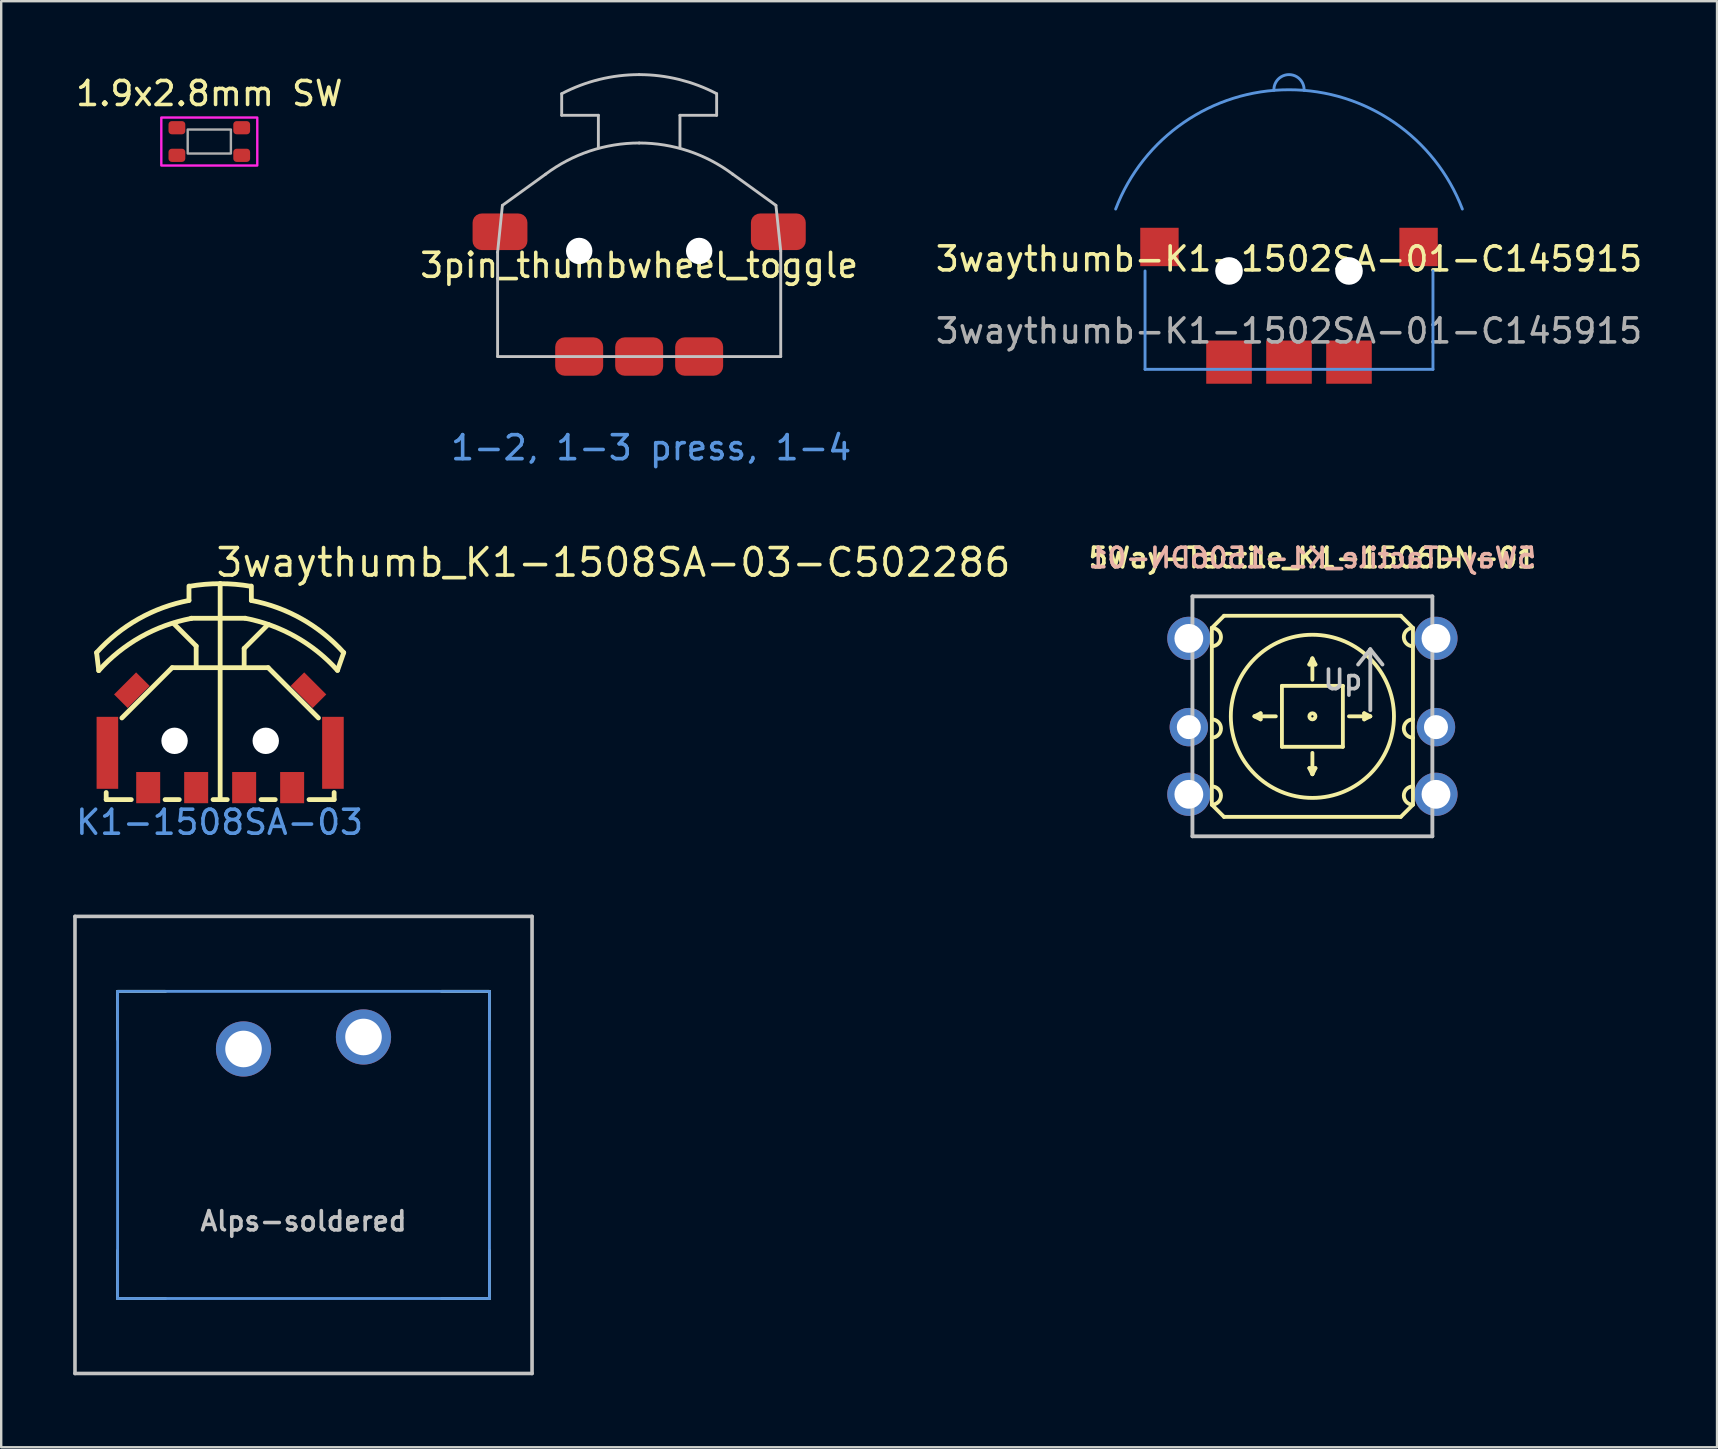
<source format=kicad_pcb>
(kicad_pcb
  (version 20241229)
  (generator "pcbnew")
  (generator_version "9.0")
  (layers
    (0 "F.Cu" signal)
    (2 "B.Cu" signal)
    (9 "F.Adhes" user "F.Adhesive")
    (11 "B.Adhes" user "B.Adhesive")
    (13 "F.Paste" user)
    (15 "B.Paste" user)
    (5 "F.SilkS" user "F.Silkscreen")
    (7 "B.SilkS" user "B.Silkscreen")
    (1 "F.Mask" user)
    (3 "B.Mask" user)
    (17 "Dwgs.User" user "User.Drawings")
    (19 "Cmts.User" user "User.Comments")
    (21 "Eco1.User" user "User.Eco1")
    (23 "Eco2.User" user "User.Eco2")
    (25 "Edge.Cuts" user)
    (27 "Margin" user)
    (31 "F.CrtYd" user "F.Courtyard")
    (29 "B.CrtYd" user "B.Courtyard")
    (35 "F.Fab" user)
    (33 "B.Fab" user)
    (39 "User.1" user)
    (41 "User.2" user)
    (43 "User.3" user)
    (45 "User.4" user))
  (footprint "5Way-Tactile_K1-1506DN-01"
    (layer "F.Cu")
    (at 51.648 26.805)
    (property "Reference" "5Way-Tactile_K1-1506DN-01" (at 0 -6.604 0) (layer "F.SilkS") (effects (font (size 0.813 0.813) (thickness 0.152))))
    (attr through_hole exclude_from_pos_files)
    (fp_line (start -4.191 -3.683) (end -3.683 -4.191) (stroke (width 0.16) (type solid)) (layer "F.SilkS"))
    (fp_line (start -4.191 3.683) (end -4.191 -3.683) (stroke (width 0.16) (type solid)) (layer "F.SilkS"))
    (fp_line (start -3.683 -4.191) (end 3.683 -4.191) (stroke (width 0.16) (type solid)) (layer "F.SilkS"))
    (fp_line (start -3.683 4.191) (end -4.191 3.683) (stroke (width 0.16) (type solid)) (layer "F.SilkS"))
    (fp_line (start -2.413 0) (end -2.159 -0.127) (stroke (width 0.16) (type solid)) (layer "F.SilkS"))
    (fp_line (start -2.159 -0.127) (end -2.159 0.127) (stroke (width 0.16) (type solid)) (layer "F.SilkS"))
    (fp_line (start -2.159 0.127) (end -2.413 0) (stroke (width 0.16) (type solid)) (layer "F.SilkS"))
    (fp_line (start -1.524 0) (end -2.413 0) (stroke (width 0.16) (type solid)) (layer "F.SilkS"))
    (fp_line (start -1.27 -1.27) (end -1.27 1.27) (stroke (width 0.16) (type solid)) (layer "F.SilkS"))
    (fp_line (start -1.27 1.27) (end 1.27 1.27) (stroke (width 0.16) (type solid)) (layer "F.SilkS"))
    (fp_line (start -0.127 -2.159) (end 0 -2.413) (stroke (width 0.16) (type solid)) (layer "F.SilkS"))
    (fp_line (start -0.127 2.159) (end 0.127 2.159) (stroke (width 0.16) (type solid)) (layer "F.SilkS"))
    (fp_line (start 0 -2.413) (end 0.127 -2.159) (stroke (width 0.16) (type solid)) (layer "F.SilkS"))
    (fp_line (start 0 -1.524) (end 0 -2.413) (stroke (width 0.16) (type solid)) (layer "F.SilkS"))
    (fp_line (start 0 1.524) (end 0 2.413) (stroke (width 0.16) (type solid)) (layer "F.SilkS"))
    (fp_line (start 0 2.413) (end -0.127 2.159) (stroke (width 0.16) (type solid)) (layer "F.SilkS"))
    (fp_line (start 0.127 -2.159) (end -0.127 -2.159) (stroke (width 0.16) (type solid)) (layer "F.SilkS"))
    (fp_line (start 0.127 2.159) (end 0 2.413) (stroke (width 0.16) (type solid)) (layer "F.SilkS"))
    (fp_line (start 1.27 -1.27) (end -1.27 -1.27) (stroke (width 0.16) (type solid)) (layer "F.SilkS"))
    (fp_line (start 1.27 1.27) (end 1.27 -1.27) (stroke (width 0.16) (type solid)) (layer "F.SilkS"))
    (fp_line (start 1.524 0) (end 2.413 0) (stroke (width 0.16) (type solid)) (layer "F.SilkS"))
    (fp_line (start 2.159 -0.127) (end 2.413 0) (stroke (width 0.16) (type solid)) (layer "F.SilkS"))
    (fp_line (start 2.159 0.127) (end 2.159 -0.127) (stroke (width 0.16) (type solid)) (layer "F.SilkS"))
    (fp_line (start 2.413 0) (end 2.159 0.127) (stroke (width 0.16) (type solid)) (layer "F.SilkS"))
    (fp_line (start 3.683 -4.191) (end 4.191 -3.683) (stroke (width 0.16) (type solid)) (layer "F.SilkS"))
    (fp_line (start 3.683 4.191) (end -3.683 4.191) (stroke (width 0.16) (type solid)) (layer "F.SilkS"))
    (fp_line (start 4.191 -3.683) (end 4.191 3.683) (stroke (width 0.16) (type solid)) (layer "F.SilkS"))
    (fp_line (start 4.191 3.683) (end 3.683 4.191) (stroke (width 0.16) (type solid)) (layer "F.SilkS"))
    (fp_arc (start -4.191 -3.683) (mid -3.81 -3.302) (end -4.191 -2.921) (stroke (width 0.16) (type solid)) (layer "F.SilkS"))
    (fp_arc (start -4.191 0.127) (mid -3.81 0.508) (end -4.191 0.889) (stroke (width 0.16) (type solid)) (layer "F.SilkS"))
    (fp_arc (start -4.191 2.921) (mid -3.81 3.302) (end -4.191 3.683) (stroke (width 0.16) (type solid)) (layer "F.SilkS"))
    (fp_arc (start 4.191 -2.921) (mid 3.81 -3.302) (end 4.191 -3.683) (stroke (width 0.16) (type solid)) (layer "F.SilkS"))
    (fp_arc (start 4.191 0.889) (mid 3.81 0.508) (end 4.191 0.127) (stroke (width 0.16) (type solid)) (layer "F.SilkS"))
    (fp_arc (start 4.191 3.683) (mid 3.81 3.302) (end 4.191 2.921) (stroke (width 0.16) (type solid)) (layer "F.SilkS"))
    (fp_circle (center 0 0) (end 0.127 0) (stroke (width 0.16) (type solid)) (fill no) (layer "F.SilkS"))
    (fp_circle (center 0 0) (end 3.4 0) (stroke (width 0.16) (type solid)) (fill no) (layer "F.SilkS"))
    (fp_line (start -5 -5) (end 5 -5) (stroke (width 0.16) (type solid)) (layer "Dwgs.User"))
    (fp_line (start -5 5) (end -5 -5) (stroke (width 0.16) (type solid)) (layer "Dwgs.User"))
    (fp_line (start 2.413 -2.794) (end 1.905 -2.159) (stroke (width 0.16) (type solid)) (layer "Dwgs.User"))
    (fp_line (start 2.413 -2.794) (end 2.921 -2.159) (stroke (width 0.16) (type solid)) (layer "Dwgs.User"))
    (fp_line (start 2.413 -0.254) (end 2.413 -2.794) (stroke (width 0.16) (type solid)) (layer "Dwgs.User"))
    (fp_line (start 5 -5) (end 5 5) (stroke (width 0.16) (type solid)) (layer "Dwgs.User"))
    (fp_line (start 5 5) (end -5 5) (stroke (width 0.16) (type solid)) (layer "Dwgs.User"))
    (fp_text user "${REFERENCE}" (at 0 -6.604 0) (layer "B.SilkS") (effects (font (size 0.813 0.813) (thickness 0.152)) (justify mirror)))
    (fp_text user "Up" (at 1.27 -1.524 0) (layer "Dwgs.User") (effects (font (size 0.813 0.813) (thickness 0.152))))
    (pad "1" thru_hole circle (at -5.15 -3.25) (size 1.8 1.8) (drill 1.2) (layers "*.Cu" "*.Mask"))
    (pad "2" thru_hole circle (at -5.15 0.45) (size 1.6 1.6) (drill 1) (layers "*.Cu" "*.Mask"))
    (pad "3" thru_hole circle (at -5.15 3.25) (size 1.8 1.8) (drill 1.2) (layers "*.Cu" "*.Mask"))
    (pad "4" thru_hole circle (at 5.15 3.25) (size 1.8 1.8) (drill 1.2) (layers "*.Cu" "*.Mask"))
    (pad "5" thru_hole circle (at 5.15 0.45) (size 1.6 1.6) (drill 1) (layers "*.Cu" "*.Mask"))
    (pad "6" thru_hole circle (at 5.15 -3.25) (size 1.8 1.8) (drill 1.2) (layers "*.Cu" "*.Mask")))
  (footprint "Alps-soldered"
    (layer "F.Cu")
    (at 9.6 44.669)
    (property "Reference" "Alps-soldered" (at 0 3.175 0) (layer "Dwgs.User") (effects (font (size 0.8 0.8) (thickness 0.15))))
    (attr through_hole)
    (fp_line (start -7.75 -6.4) (end -7.75 -4.4) (stroke (width 0.12) (type solid)) (layer "F.SilkS"))
    (fp_line (start -7.75 -6.4) (end -5.75 -6.4) (stroke (width 0.12) (type solid)) (layer "F.SilkS"))
    (fp_line (start -7.75 6.4) (end -7.75 4.4) (stroke (width 0.12) (type solid)) (layer "F.SilkS"))
    (fp_line (start -7.75 6.4) (end -5.75 6.4) (stroke (width 0.12) (type solid)) (layer "F.SilkS"))
    (fp_line (start 7.75 -6.4) (end 5.75 -6.4) (stroke (width 0.12) (type solid)) (layer "F.SilkS"))
    (fp_line (start 7.75 -6.4) (end 7.75 -4.4) (stroke (width 0.12) (type solid)) (layer "F.SilkS"))
    (fp_line (start 7.75 6.4) (end 5.75 6.4) (stroke (width 0.12) (type solid)) (layer "F.SilkS"))
    (fp_line (start 7.75 6.4) (end 7.75 4.4) (stroke (width 0.12) (type solid)) (layer "F.SilkS"))
    (fp_line (start -9.525 9.525) (end -9.525 -9.525) (stroke (width 0.15) (type solid)) (layer "Dwgs.User"))
    (fp_line (start 9.525 -9.525) (end -9.525 -9.525) (stroke (width 0.15) (type solid)) (layer "Dwgs.User"))
    (fp_line (start 9.525 9.525) (end -9.525 9.525) (stroke (width 0.15) (type solid)) (layer "Dwgs.User"))
    (fp_line (start 9.525 9.525) (end 9.525 -9.525) (stroke (width 0.15) (type solid)) (layer "Dwgs.User"))
    (fp_line (start -7.75 -6.4) (end -7.75 6.4) (stroke (width 0.12) (type solid)) (layer "Cmts.User"))
    (fp_line (start -7.75 -6.4) (end 7.75 -6.4) (stroke (width 0.12) (type solid)) (layer "Cmts.User"))
    (fp_line (start -7.75 6.4) (end 7.75 6.4) (stroke (width 0.12) (type solid)) (layer "Cmts.User"))
    (fp_line (start 7.75 6.4) (end 7.75 -6.4) (stroke (width 0.12) (type solid)) (layer "Cmts.User"))
    (pad "1" thru_hole circle (at -2.5 -4) (size 2.3 2.3) (drill 1.524) (layers "*.Cu" "B.Mask"))
    (pad "2" thru_hole circle (at 2.5 -4.5 86.054) (size 2.3 2.3) (drill 1.524) (layers "*.Cu" "B.Mask")))
  (footprint "3pin_thumbwheel_toggle"
    (layer "F.Cu")
    (at 23.589 8.01)
    (property "Reference" "3pin_thumbwheel_toggle" (at 0 0 0) (unlocked yes) (layer "F.SilkS") (effects (font (size 1 1) (thickness 0.15))))
    (attr smd)
    (fp_line (start -5.9 -0.55) (end -5.7 -2.5) (stroke (width 0.12) (type solid)) (layer "Dwgs.User"))
    (fp_line (start -5.9 3.8) (end -5.9 -0.55) (stroke (width 0.12) (type solid)) (layer "Dwgs.User"))
    (fp_line (start -5.9 3.8) (end 5.9 3.8) (stroke (width 0.12) (type solid)) (layer "Dwgs.User"))
    (fp_line (start -5.7 -2.5) (end -3.9 -3.8) (stroke (width 0.12) (type solid)) (layer "Dwgs.User"))
    (fp_line (start -3.229 -7.155) (end -3.229 -6.255) (stroke (width 0.12) (type solid)) (layer "Dwgs.User"))
    (fp_line (start -3.229 -6.255) (end -1.7 -6.255) (stroke (width 0.12) (type solid)) (layer "Dwgs.User"))
    (fp_line (start -1.7 -6.255) (end -1.7 -4.9) (stroke (width 0.12) (type solid)) (layer "Dwgs.User"))
    (fp_line (start 1.7 -6.255) (end 1.7 -4.9) (stroke (width 0.12) (type solid)) (layer "Dwgs.User"))
    (fp_line (start 1.7 -6.255) (end 3.229 -6.255) (stroke (width 0.12) (type solid)) (layer "Dwgs.User"))
    (fp_line (start 3.229 -7.155) (end 3.229 -6.255) (stroke (width 0.12) (type solid)) (layer "Dwgs.User"))
    (fp_line (start 5.7 -2.5) (end 3.9 -3.8) (stroke (width 0.12) (type solid)) (layer "Dwgs.User"))
    (fp_line (start 5.9 -0.6) (end 5.7 -2.5) (stroke (width 0.12) (type solid)) (layer "Dwgs.User"))
    (fp_line (start 5.9 3.8) (end 5.9 -0.6) (stroke (width 0.12) (type solid)) (layer "Dwgs.User"))
    (fp_arc (start -3.9 -3.8) (mid -2.05548 -4.766441) (end 0 -5.1) (stroke (width 0.12) (type solid)) (layer "Dwgs.User"))
    (fp_arc (start -3.228618 -7.154553) (mid -1.662582 -7.748209) (end 0 -7.95) (stroke (width 0.12) (type solid)) (layer "Dwgs.User"))
    (fp_arc (start 0 -7.95) (mid 1.662582 -7.748209) (end 3.228618 -7.154553) (stroke (width 0.12) (type solid)) (layer "Dwgs.User"))
    (fp_arc (start 0 -5.1) (mid 2.05548 -4.766441) (end 3.9 -3.8) (stroke (width 0.12) (type solid)) (layer "Dwgs.User"))
    (fp_text user "1-2, 1-3 press, 1-4" (at 0.5 7.6 0) (unlocked yes) (layer "Cmts.User") (effects (font (size 1 1) (thickness 0.15))))
    (pad "" np_thru_hole circle (at -2.5 -0.6) (size 1.1 1.1) (drill 1.1) (layers "*.Cu" "*.Mask"))
    (pad "" np_thru_hole circle (at 2.5 -0.6) (size 1.1 1.1) (drill 1.1) (layers "*.Cu" "*.Mask"))
    (pad "1" smd roundrect (at 5.8 -1.4) (size 2.286 1.524) (layers "F.Cu" "F.Mask" "F.Paste") (roundrect_rratio 0.25))
    (pad "2" smd roundrect (at 2.5 3.8) (size 2 1.6) (layers "F.Cu" "F.Mask" "F.Paste") (roundrect_rratio 0.25))
    (pad "3" smd roundrect (at 0 3.8) (size 2 1.6) (layers "F.Cu" "F.Mask" "F.Paste") (roundrect_rratio 0.25))
    (pad "4" smd roundrect (at -2.5 3.8) (size 2 1.6) (layers "F.Cu" "F.Mask" "F.Paste") (roundrect_rratio 0.25))
    (pad "5" smd roundrect (at -5.8 -1.4) (size 2.286 1.524) (layers "F.Cu" "F.Mask" "F.Paste") (roundrect_rratio 0.25)))
  (footprint "1.9x2.8mm SW"
    (layer "F.Cu")
    (at 5.673 2.848)
    (property "Reference" "1.9x2.8mm SW" (at 0 -2 0) (unlocked yes) (layer "F.SilkS") (effects (font (size 1 1) (thickness 0.15))))
    (attr smd)
    (fp_rect (start -2 -1) (end 2 1) (stroke (width 0.1) (type solid)) (fill no) (layer "F.CrtYd"))
    (fp_rect (start -0.9 0.5) (end 0.9 -0.5) (stroke (width 0.1) (type solid)) (fill no) (layer "F.Fab"))
    (pad "1" smd roundrect (at -1.35 -0.575) (size 0.7 0.55) (layers "F.Cu" "F.Mask" "F.Paste") (roundrect_rratio 0.25))
    (pad "1" smd roundrect (at 1.35 -0.575) (size 0.7 0.55) (layers "F.Cu" "F.Mask" "F.Paste") (roundrect_rratio 0.25))
    (pad "2" smd roundrect (at -1.35 0.575) (size 0.7 0.55) (layers "F.Cu" "F.Mask" "F.Paste") (roundrect_rratio 0.25))
    (pad "2" smd roundrect (at 1.35 0.575) (size 0.7 0.55) (layers "F.Cu" "F.Mask" "F.Paste") (roundrect_rratio 0.25)))
  (footprint "3waythumb-K1-1502SA-01-C145915"
    (layer "F.Cu")
    (at 50.673 8.243)
    (property "Reference" "3waythumb-K1-1502SA-01-C145915" (at 0 -0.5 0) (unlocked yes) (layer "F.SilkS") (effects (font (size 1 1) (thickness 0.15))))
    (attr smd)
    (fp_line (start -6 4.1) (end -6 0) (stroke (width 0.12) (type solid)) (layer "Cmts.User"))
    (fp_line (start -6 4.1) (end 6 4.1) (stroke (width 0.12) (type solid)) (layer "Cmts.User"))
    (fp_line (start 6 4.1) (end 6 0) (stroke (width 0.12) (type solid)) (layer "Cmts.User"))
    (fp_arc (start -7.225 -2.58) (mid 0 -7.552717) (end 7.225 -2.58) (stroke (width 0.12) (type solid)) (layer "Cmts.User"))
    (fp_arc (start -0.629311 -7.526453) (mid 0.0004 -8.182576) (end 0.629277 -7.525654) (stroke (width 0.12) (type solid)) (layer "Cmts.User"))
    (fp_text user "${REFERENCE}" (at 0 2.5 0) (unlocked yes) (layer "F.Fab") (effects (font (size 1 1) (thickness 0.15))))
    (pad "" np_thru_hole circle (at -2.5 0 90) (size 1.15 1.15) (drill 1.15) (layers "*.Cu" "*.Mask"))
    (pad "" np_thru_hole circle (at 2.5 0 90) (size 1.15 1.15) (drill 1.15) (layers "*.Cu" "*.Mask"))
    (pad "1" smd rect (at -2.5 3.8) (size 1.9 1.8) (layers "F.Cu" "F.Mask" "F.Paste"))
    (pad "2" smd rect (at 2.5 3.8) (size 1.9 1.8) (layers "F.Cu" "F.Mask" "F.Paste"))
    (pad "5" smd rect (at -5.4 -1 90) (size 1.6 1.6) (layers "F.Cu" "F.Mask" "F.Paste"))
    (pad "C" smd rect (at 5.4 -1 90) (size 1.6 1.6) (layers "F.Cu" "F.Mask" "F.Paste"))
    (pad "T" smd rect (at 0 3.8) (size 1.9 1.8) (layers "F.Cu" "F.Mask" "F.Paste")))
  (footprint "3waythumb_K1-1508SA-03-C502286"
    (layer "F.Cu")
    (at 6.126 27.746)
    (property "Reference" "3waythumb_K1-1508SA-03-C502286" (at -0.254 -7.352 0) (layer "F.SilkS") (effects (font (size 1.143 1.143) (thickness 0.152)) (justify left)))
    (attr smd)
    (fp_line (start -5.15 -3.597) (end -5.06 -2.847) (stroke (width 0.2) (type solid)) (layer "F.SilkS"))
    (fp_line (start -4.75 2.53) (end -4.75 2.234) (stroke (width 0.2) (type solid)) (layer "F.SilkS"))
    (fp_line (start -4.75 2.53) (end -3.704 2.53) (stroke (width 0.2) (type solid)) (layer "F.SilkS"))
    (fp_line (start -2.296 2.53) (end -1.704 2.53) (stroke (width 0.2) (type solid)) (layer "F.SilkS"))
    (fp_line (start -2 -2.97) (end -4.097 -0.873) (stroke (width 0.2) (type solid)) (layer "F.SilkS"))
    (fp_line (start -2 -2.97) (end 2 -2.97) (stroke (width 0.2) (type solid)) (layer "F.SilkS"))
    (fp_line (start -1.95 -4.82) (end -1 -3.87) (stroke (width 0.2) (type solid)) (layer "F.SilkS"))
    (fp_line (start -1.3 -6.37) (end -1.3 -5.77) (stroke (width 0.2) (type solid)) (layer "F.SilkS"))
    (fp_line (start -1.201 -5.029) (end 1.04 -5.029) (stroke (width 0.2) (type solid)) (layer "F.SilkS"))
    (fp_line (start -1 -3.87) (end -1 -2.97) (stroke (width 0.2) (type solid)) (layer "F.SilkS"))
    (fp_line (start -0.296 2.53) (end 0.296 2.53) (stroke (width 0.2) (type solid)) (layer "F.SilkS"))
    (fp_line (start 0 2.53) (end 0 -6.47) (stroke (width 0.2) (type solid)) (layer "F.SilkS"))
    (fp_line (start 1 -3.77) (end 2 -4.77) (stroke (width 0.2) (type solid)) (layer "F.SilkS"))
    (fp_line (start 1 -2.97) (end 1 -3.77) (stroke (width 0.2) (type solid)) (layer "F.SilkS"))
    (fp_line (start 1.3 -6.37) (end 1.3 -5.77) (stroke (width 0.2) (type solid)) (layer "F.SilkS"))
    (fp_line (start 1.704 2.53) (end 2.296 2.53) (stroke (width 0.2) (type solid)) (layer "F.SilkS"))
    (fp_line (start 2 -2.97) (end 4.097 -0.873) (stroke (width 0.2) (type solid)) (layer "F.SilkS"))
    (fp_line (start 3.704 2.53) (end 4.75 2.53) (stroke (width 0.2) (type solid)) (layer "F.SilkS"))
    (fp_line (start 4.75 2.53) (end 4.75 2.234) (stroke (width 0.2) (type solid)) (layer "F.SilkS"))
    (fp_line (start 5.149 -3.596) (end 4.89 -2.856) (stroke (width 0.2) (type solid)) (layer "F.SilkS"))
    (fp_arc (start -5.15 -3.597) (mid -3.403025 -4.999183) (end -1.299783 -5.770161) (stroke (width 0.2) (type solid)) (layer "F.SilkS"))
    (fp_arc (start -5.06 -2.847) (mid -3.313025 -4.249183) (end -1.209783 -5.020161) (stroke (width 0.2) (type solid)) (layer "F.SilkS"))
    (fp_arc (start -1.274 -6.361) (mid -0.639139 -6.442629) (end 0.000369 -6.469827) (stroke (width 0.2) (type solid)) (layer "F.SilkS"))
    (fp_arc (start -1.21 -5.02) (mid -1.207364 -5.026364) (end -1.201 -5.029) (stroke (width 0.2) (type solid)) (layer "F.SilkS"))
    (fp_arc (start 0 -6.47) (mid 0.639453 -6.44269) (end 1.274249 -6.36096) (stroke (width 0.2) (type solid)) (layer "F.SilkS"))
    (fp_arc (start 1.04 -5.029) (mid 3.143127 -4.257991) (end 4.889994 -2.85583) (stroke (width 0.2) (type solid)) (layer "F.SilkS"))
    (fp_arc (start 1.299 -5.77) (mid 3.402498 -4.998909) (end 5.14968 -3.596537) (stroke (width 0.2) (type solid)) (layer "F.SilkS"))
    (fp_text user "K1-1508SA-03" (at -0.025 3.475 0) (layer "Cmts.User") (effects (font (size 1 1) (thickness 0.15))))
    (pad "" np_thru_hole circle (at -1.9 0.08) (size 1.1 1.1) (drill 1.1) (layers "*.Cu" "*.Mask"))
    (pad "" np_thru_hole circle (at 1.9 0.08) (size 1.1 1.1) (drill 1.1) (layers "*.Cu" "*.Mask"))
    (pad "1" smd rect (at -3 2.03 270) (size 1.3 1) (layers "F.Cu" "F.Mask" "F.Paste"))
    (pad "2" smd rect (at 3 2.03 270) (size 1.3 1) (layers "F.Cu" "F.Mask" "F.Paste"))
    (pad "5" smd rect (at -4.7 0.58 270) (size 3 0.9) (layers "F.Cu" "F.Mask" "F.Paste"))
    (pad "6" smd rect (at 4.7 0.58 270) (size 3 0.9) (layers "F.Cu" "F.Mask" "F.Paste"))
    (pad "7" smd rect (at -3.68 -2.03 45) (size 1.3 0.8) (layers "F.Cu" "F.Mask" "F.Paste"))
    (pad "8" smd rect (at 3.68 -2.03 135) (size 1.3 0.8) (layers "F.Cu" "F.Mask" "F.Paste"))
    (pad "C" smd rect (at -1 2.03 270) (size 1.3 1) (layers "F.Cu" "F.Mask" "F.Paste"))
    (pad "T" smd rect (at 1 2.03 270) (size 1.3 1) (layers "F.Cu" "F.Mask" "F.Paste")))
  (gr_rect
    (start -3 -3)
    (end 68.512 57.269)
    (stroke (width 0.1) (type default))
    (fill no)
    (layer "Edge.Cuts")))
</source>
